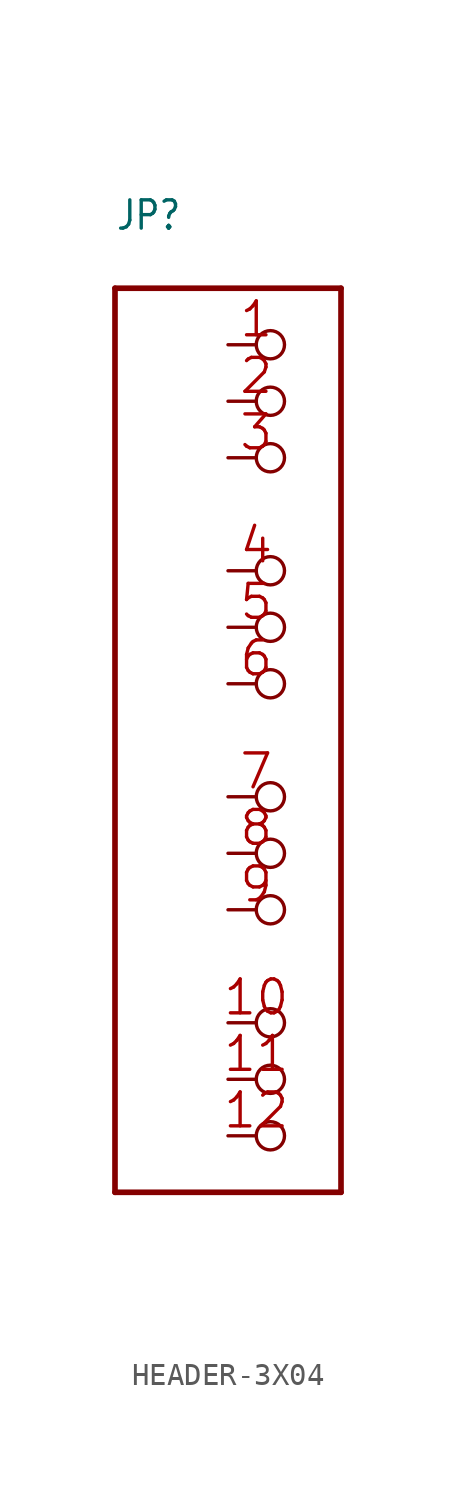
<source format=kicad_sym>
(kicad_symbol_lib
  (version 20241209)
  (generator "kicad_symbol_editor")
  (generator_version "9.0")
  (symbol "HEADER-3X04"
    (property "Reference" "JP"
      (at -5.08 22.86 0)
      (effects (font (size 1.27 1.079)) (justify left bottom)))
    (property "Value" ""
      (at -5.08 -22.86 0)
      (effects (font (size 1.27 1.079)) (justify left bottom)))
    (property "ki_locked" ""
      (at 0 0 0)
      (effects (font (size 1.27 1.27))))
    (symbol "HEADER-3X04_1_0"
      (polyline (pts (xy -5.08 20.32) (xy 5.08 20.32)) (stroke (width 0.254) (type solid)) (fill (type none)))
      (polyline (pts (xy -5.08 -20.32) (xy -5.08 20.32)) (stroke (width 0.254) (type solid)) (fill (type none)))
      (polyline (pts (xy 5.08 20.32) (xy 5.08 -20.32)) (stroke (width 0.254) (type solid)) (fill (type none)))
      (polyline (pts (xy 5.08 -20.32) (xy -5.08 -20.32)) (stroke (width 0.254) (type solid)) (fill (type none)))
      (pin passive inverted (at 0 17.78 0) (length 2.54) (name "1" (effects (font (size 0 0)))) (number "1" (effects (font (size 1.524 1.524)))))
      (pin passive inverted (at 0 15.24 0) (length 2.54) (name "2" (effects (font (size 0 0)))) (number "2" (effects (font (size 1.524 1.524)))))
      (pin passive inverted (at 0 12.7 0) (length 2.54) (name "3" (effects (font (size 0 0)))) (number "3" (effects (font (size 1.524 1.524)))))
      (pin passive inverted (at 0 7.62 0) (length 2.54) (name "4" (effects (font (size 0 0)))) (number "4" (effects (font (size 1.524 1.524)))))
      (pin passive inverted (at 0 5.08 0) (length 2.54) (name "5" (effects (font (size 0 0)))) (number "5" (effects (font (size 1.524 1.524)))))
      (pin passive inverted (at 0 2.54 0) (length 2.54) (name "6" (effects (font (size 0 0)))) (number "6" (effects (font (size 1.524 1.524)))))
      (pin passive inverted (at 0 -2.54 0) (length 2.54) (name "7" (effects (font (size 0 0)))) (number "7" (effects (font (size 1.524 1.524)))))
      (pin passive inverted (at 0 -5.08 0) (length 2.54) (name "8" (effects (font (size 0 0)))) (number "8" (effects (font (size 1.524 1.524)))))
      (pin passive inverted (at 0 -7.62 0) (length 2.54) (name "9" (effects (font (size 0 0)))) (number "9" (effects (font (size 1.524 1.524)))))
      (pin passive inverted (at 0 -12.7 0) (length 2.54) (name "10" (effects (font (size 0 0)))) (number "10" (effects (font (size 1.524 1.524)))))
      (pin passive inverted (at 0 -15.24 0) (length 2.54) (name "11" (effects (font (size 0 0)))) (number "11" (effects (font (size 1.524 1.524)))))
      (pin passive inverted (at 0 -17.78 0) (length 2.54) (name "12" (effects (font (size 0 0)))) (number "12" (effects (font (size 1.524 1.524))))))))
</source>
